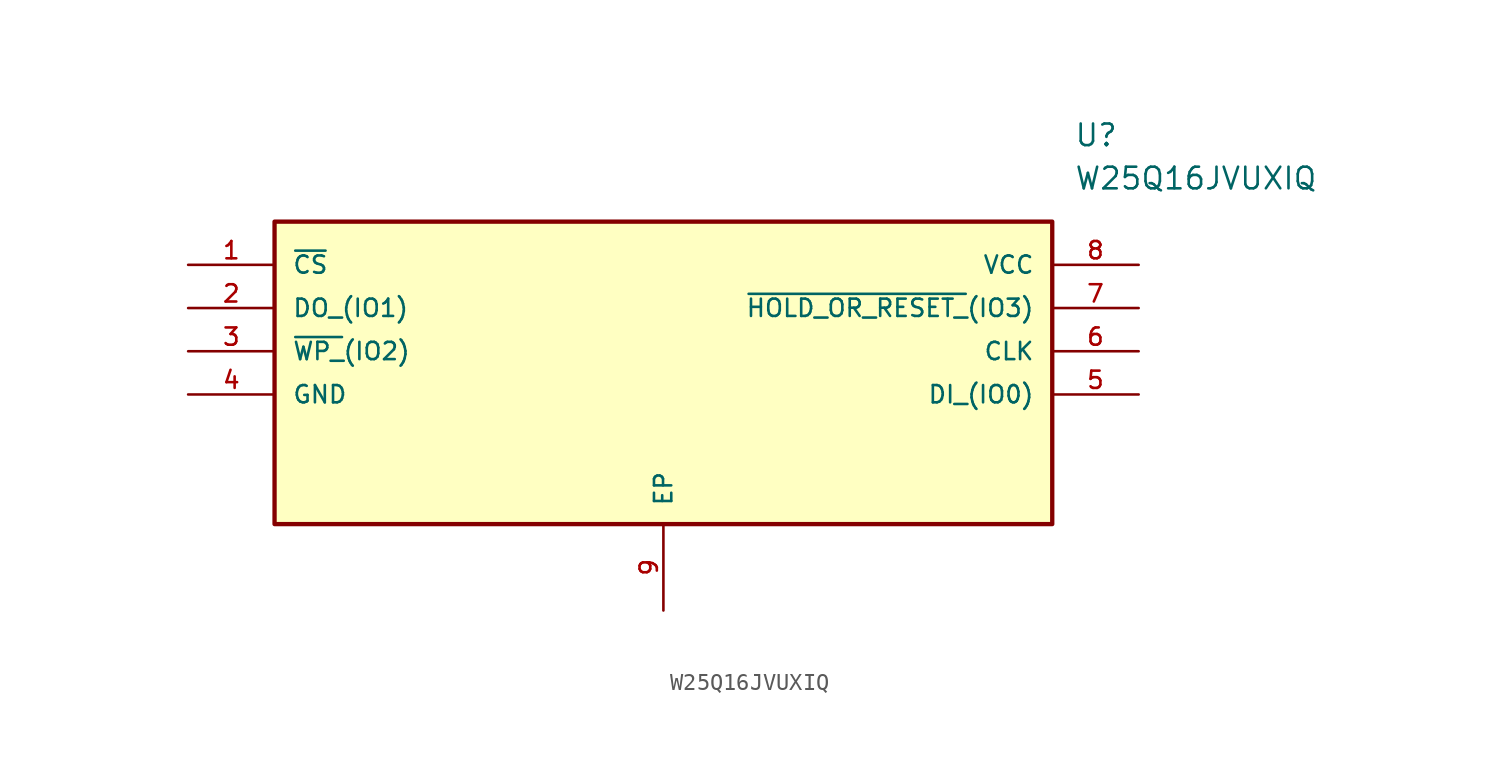
<source format=kicad_sym>
(kicad_symbol_lib
  (version 20231120)
  (generator "kicad_symbol_editor")
  (generator_version "8.0")
  (symbol "W25Q16JVUXIQ"
    (pin_names
      (offset 1.016))
    (property "Reference" "U"
      (at 52.07 7.62 0)
      (effects (font (size 1.27 1.27)) (justify left)))
    (property "Value" "W25Q16JVUXIQ"
      (at 52.07 5.08 0)
      (effects (font (size 1.27 1.27)) (justify left)))
    (symbol "W25Q16JVUXIQ_0_0"
      (rectangle (start 5.08 -15.24) (end 50.8 2.54) (stroke (width 0.254) (type default)) (fill (type background)))
      (pin bidirectional line (at 0 0 0) (length 5.08) (name "~{CS}" (effects (font (size 1.016 1.016)))) (number "1" (effects (font (size 1.016 1.016)))))
      (pin bidirectional line (at 0 -2.54 0) (length 5.08) (name "DO_(IO1)" (effects (font (size 1.016 1.016)))) (number "2" (effects (font (size 1.016 1.016)))))
      (pin bidirectional line (at 0 -5.08 0) (length 5.08) (name "~{WP_}(IO2)" (effects (font (size 1.016 1.016)))) (number "3" (effects (font (size 1.016 1.016)))))
      (pin bidirectional line (at 0 -7.62 0) (length 5.08) (name "GND" (effects (font (size 1.016 1.016)))) (number "4" (effects (font (size 1.016 1.016)))))
      (pin bidirectional line (at 55.88 -7.62 180) (length 5.08) (name "DI_(IO0)" (effects (font (size 1.016 1.016)))) (number "5" (effects (font (size 1.016 1.016)))))
      (pin bidirectional line (at 55.88 -5.08 180) (length 5.08) (name "CLK" (effects (font (size 1.016 1.016)))) (number "6" (effects (font (size 1.016 1.016)))))
      (pin bidirectional line (at 55.88 -2.54 180) (length 5.08) (name "~{HOLD_OR_RESET_}(IO3)" (effects (font (size 1.016 1.016)))) (number "7" (effects (font (size 1.016 1.016)))))
      (pin bidirectional line (at 55.88 0 180) (length 5.08) (name "VCC" (effects (font (size 1.016 1.016)))) (number "8" (effects (font (size 1.016 1.016)))))
      (pin bidirectional line (at 27.94 -20.32 90) (length 5.08) (name "EP" (effects (font (size 1.016 1.016)))) (number "9" (effects (font (size 1.016 1.016))))))))
</source>
